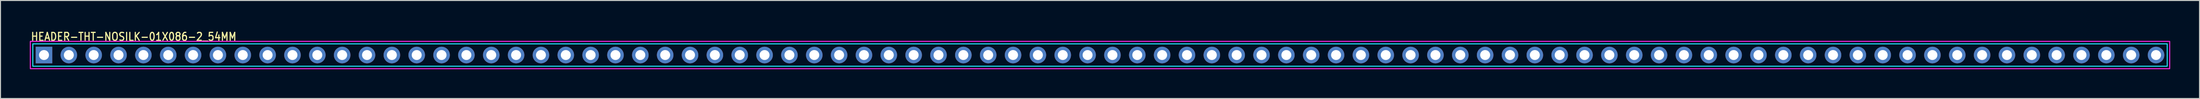
<source format=kicad_pcb>
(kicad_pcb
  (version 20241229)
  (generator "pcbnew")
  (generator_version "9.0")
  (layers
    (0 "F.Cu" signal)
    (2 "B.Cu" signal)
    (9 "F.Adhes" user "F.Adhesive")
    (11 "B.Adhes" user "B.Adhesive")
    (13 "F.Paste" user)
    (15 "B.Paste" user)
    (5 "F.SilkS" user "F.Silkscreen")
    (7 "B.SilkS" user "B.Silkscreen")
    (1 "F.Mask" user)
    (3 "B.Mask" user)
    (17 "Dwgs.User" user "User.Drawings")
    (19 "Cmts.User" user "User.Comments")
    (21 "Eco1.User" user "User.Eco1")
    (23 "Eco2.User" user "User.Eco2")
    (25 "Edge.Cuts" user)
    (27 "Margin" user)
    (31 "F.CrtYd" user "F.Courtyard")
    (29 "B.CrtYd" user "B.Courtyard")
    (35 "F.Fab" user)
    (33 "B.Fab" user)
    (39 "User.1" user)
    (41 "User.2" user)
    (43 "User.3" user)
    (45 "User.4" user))
  (footprint "HEADER-THT-NOSILK-01X086-2_54MM"
    (layer "F.Cu")
    (at 1.447 2.579)
    (property "Reference" "HEADER-THT-NOSILK-01X086-2_54MM" (at -1.4 -1.4 0) (unlocked yes) (layer "F.SilkS") (effects (font (size 0.813 0.695) (thickness 0.122)) (justify left bottom)))
    (fp_poly (pts (xy -1.143 -1.143) (xy 217.043 -1.143) (xy 217.043 1.143) (xy -1.143 1.143)) (stroke (width 0.1) (type solid)) (fill no) (layer "B.CrtYd"))
    (fp_poly (pts (xy -1.397 -1.397) (xy 217.297 -1.397) (xy 217.297 1.397) (xy -1.397 1.397)) (stroke (width 0.1) (type solid)) (fill no) (layer "F.CrtYd"))
    (pad "P$1" thru_hole rect (at 0 0) (size 1.693 1.693) (drill 1.016) (layers "*.Cu" "*.Mask"))
    (pad "P$2" thru_hole oval (at 2.54 0) (size 1.693 1.693) (drill 1.016) (layers "*.Cu" "*.Mask"))
    (pad "P$3" thru_hole oval (at 5.08 0) (size 1.693 1.693) (drill 1.016) (layers "*.Cu" "*.Mask"))
    (pad "P$4" thru_hole oval (at 7.62 0) (size 1.693 1.693) (drill 1.016) (layers "*.Cu" "*.Mask"))
    (pad "P$5" thru_hole oval (at 10.16 0) (size 1.693 1.693) (drill 1.016) (layers "*.Cu" "*.Mask"))
    (pad "P$6" thru_hole oval (at 12.7 0) (size 1.693 1.693) (drill 1.016) (layers "*.Cu" "*.Mask"))
    (pad "P$7" thru_hole oval (at 15.24 0) (size 1.693 1.693) (drill 1.016) (layers "*.Cu" "*.Mask"))
    (pad "P$8" thru_hole oval (at 17.78 0) (size 1.693 1.693) (drill 1.016) (layers "*.Cu" "*.Mask"))
    (pad "P$9" thru_hole oval (at 20.32 0) (size 1.693 1.693) (drill 1.016) (layers "*.Cu" "*.Mask"))
    (pad "P$10" thru_hole oval (at 22.86 0) (size 1.693 1.693) (drill 1.016) (layers "*.Cu" "*.Mask"))
    (pad "P$11" thru_hole oval (at 25.4 0) (size 1.693 1.693) (drill 1.016) (layers "*.Cu" "*.Mask"))
    (pad "P$12" thru_hole oval (at 27.94 0) (size 1.693 1.693) (drill 1.016) (layers "*.Cu" "*.Mask"))
    (pad "P$13" thru_hole oval (at 30.48 0) (size 1.693 1.693) (drill 1.016) (layers "*.Cu" "*.Mask"))
    (pad "P$14" thru_hole oval (at 33.02 0) (size 1.693 1.693) (drill 1.016) (layers "*.Cu" "*.Mask"))
    (pad "P$15" thru_hole oval (at 35.56 0) (size 1.693 1.693) (drill 1.016) (layers "*.Cu" "*.Mask"))
    (pad "P$16" thru_hole oval (at 38.1 0) (size 1.693 1.693) (drill 1.016) (layers "*.Cu" "*.Mask"))
    (pad "P$17" thru_hole oval (at 40.64 0) (size 1.693 1.693) (drill 1.016) (layers "*.Cu" "*.Mask"))
    (pad "P$18" thru_hole oval (at 43.18 0) (size 1.693 1.693) (drill 1.016) (layers "*.Cu" "*.Mask"))
    (pad "P$19" thru_hole oval (at 45.72 0) (size 1.693 1.693) (drill 1.016) (layers "*.Cu" "*.Mask"))
    (pad "P$20" thru_hole oval (at 48.26 0) (size 1.693 1.693) (drill 1.016) (layers "*.Cu" "*.Mask"))
    (pad "P$21" thru_hole oval (at 50.8 0) (size 1.693 1.693) (drill 1.016) (layers "*.Cu" "*.Mask"))
    (pad "P$22" thru_hole oval (at 53.34 0) (size 1.693 1.693) (drill 1.016) (layers "*.Cu" "*.Mask"))
    (pad "P$23" thru_hole oval (at 55.88 0) (size 1.693 1.693) (drill 1.016) (layers "*.Cu" "*.Mask"))
    (pad "P$24" thru_hole oval (at 58.42 0) (size 1.693 1.693) (drill 1.016) (layers "*.Cu" "*.Mask"))
    (pad "P$25" thru_hole oval (at 60.96 0) (size 1.693 1.693) (drill 1.016) (layers "*.Cu" "*.Mask"))
    (pad "P$26" thru_hole oval (at 63.5 0) (size 1.693 1.693) (drill 1.016) (layers "*.Cu" "*.Mask"))
    (pad "P$27" thru_hole oval (at 66.04 0) (size 1.693 1.693) (drill 1.016) (layers "*.Cu" "*.Mask"))
    (pad "P$28" thru_hole oval (at 68.58 0) (size 1.693 1.693) (drill 1.016) (layers "*.Cu" "*.Mask"))
    (pad "P$29" thru_hole oval (at 71.12 0) (size 1.693 1.693) (drill 1.016) (layers "*.Cu" "*.Mask"))
    (pad "P$30" thru_hole oval (at 73.66 0) (size 1.693 1.693) (drill 1.016) (layers "*.Cu" "*.Mask"))
    (pad "P$31" thru_hole oval (at 76.2 0) (size 1.693 1.693) (drill 1.016) (layers "*.Cu" "*.Mask"))
    (pad "P$32" thru_hole oval (at 78.74 0) (size 1.693 1.693) (drill 1.016) (layers "*.Cu" "*.Mask"))
    (pad "P$33" thru_hole oval (at 81.28 0) (size 1.693 1.693) (drill 1.016) (layers "*.Cu" "*.Mask"))
    (pad "P$34" thru_hole oval (at 83.82 0) (size 1.693 1.693) (drill 1.016) (layers "*.Cu" "*.Mask"))
    (pad "P$35" thru_hole oval (at 86.36 0) (size 1.693 1.693) (drill 1.016) (layers "*.Cu" "*.Mask"))
    (pad "P$36" thru_hole oval (at 88.9 0) (size 1.693 1.693) (drill 1.016) (layers "*.Cu" "*.Mask"))
    (pad "P$37" thru_hole oval (at 91.44 0) (size 1.693 1.693) (drill 1.016) (layers "*.Cu" "*.Mask"))
    (pad "P$38" thru_hole oval (at 93.98 0) (size 1.693 1.693) (drill 1.016) (layers "*.Cu" "*.Mask"))
    (pad "P$39" thru_hole oval (at 96.52 0) (size 1.693 1.693) (drill 1.016) (layers "*.Cu" "*.Mask"))
    (pad "P$40" thru_hole oval (at 99.06 0) (size 1.693 1.693) (drill 1.016) (layers "*.Cu" "*.Mask"))
    (pad "P$41" thru_hole oval (at 101.6 0) (size 1.693 1.693) (drill 1.016) (layers "*.Cu" "*.Mask"))
    (pad "P$42" thru_hole oval (at 104.14 0) (size 1.693 1.693) (drill 1.016) (layers "*.Cu" "*.Mask"))
    (pad "P$43" thru_hole oval (at 106.68 0) (size 1.693 1.693) (drill 1.016) (layers "*.Cu" "*.Mask"))
    (pad "P$44" thru_hole oval (at 109.22 0) (size 1.693 1.693) (drill 1.016) (layers "*.Cu" "*.Mask"))
    (pad "P$45" thru_hole oval (at 111.76 0) (size 1.693 1.693) (drill 1.016) (layers "*.Cu" "*.Mask"))
    (pad "P$46" thru_hole oval (at 114.3 0) (size 1.693 1.693) (drill 1.016) (layers "*.Cu" "*.Mask"))
    (pad "P$47" thru_hole oval (at 116.84 0) (size 1.693 1.693) (drill 1.016) (layers "*.Cu" "*.Mask"))
    (pad "P$48" thru_hole oval (at 119.38 0) (size 1.693 1.693) (drill 1.016) (layers "*.Cu" "*.Mask"))
    (pad "P$49" thru_hole oval (at 121.92 0) (size 1.693 1.693) (drill 1.016) (layers "*.Cu" "*.Mask"))
    (pad "P$50" thru_hole oval (at 124.46 0) (size 1.693 1.693) (drill 1.016) (layers "*.Cu" "*.Mask"))
    (pad "P$51" thru_hole oval (at 127 0) (size 1.693 1.693) (drill 1.016) (layers "*.Cu" "*.Mask"))
    (pad "P$52" thru_hole oval (at 129.54 0) (size 1.693 1.693) (drill 1.016) (layers "*.Cu" "*.Mask"))
    (pad "P$53" thru_hole oval (at 132.08 0) (size 1.693 1.693) (drill 1.016) (layers "*.Cu" "*.Mask"))
    (pad "P$54" thru_hole oval (at 134.62 0) (size 1.693 1.693) (drill 1.016) (layers "*.Cu" "*.Mask"))
    (pad "P$55" thru_hole oval (at 137.16 0) (size 1.693 1.693) (drill 1.016) (layers "*.Cu" "*.Mask"))
    (pad "P$56" thru_hole oval (at 139.7 0) (size 1.693 1.693) (drill 1.016) (layers "*.Cu" "*.Mask"))
    (pad "P$57" thru_hole oval (at 142.24 0) (size 1.693 1.693) (drill 1.016) (layers "*.Cu" "*.Mask"))
    (pad "P$58" thru_hole oval (at 144.78 0) (size 1.693 1.693) (drill 1.016) (layers "*.Cu" "*.Mask"))
    (pad "P$59" thru_hole oval (at 147.32 0) (size 1.693 1.693) (drill 1.016) (layers "*.Cu" "*.Mask"))
    (pad "P$60" thru_hole oval (at 149.86 0) (size 1.693 1.693) (drill 1.016) (layers "*.Cu" "*.Mask"))
    (pad "P$61" thru_hole oval (at 152.4 0) (size 1.693 1.693) (drill 1.016) (layers "*.Cu" "*.Mask"))
    (pad "P$62" thru_hole oval (at 154.94 0) (size 1.693 1.693) (drill 1.016) (layers "*.Cu" "*.Mask"))
    (pad "P$63" thru_hole oval (at 157.48 0) (size 1.693 1.693) (drill 1.016) (layers "*.Cu" "*.Mask"))
    (pad "P$64" thru_hole oval (at 160.02 0) (size 1.693 1.693) (drill 1.016) (layers "*.Cu" "*.Mask"))
    (pad "P$65" thru_hole oval (at 162.56 0) (size 1.693 1.693) (drill 1.016) (layers "*.Cu" "*.Mask"))
    (pad "P$66" thru_hole oval (at 165.1 0) (size 1.693 1.693) (drill 1.016) (layers "*.Cu" "*.Mask"))
    (pad "P$67" thru_hole oval (at 167.64 0) (size 1.693 1.693) (drill 1.016) (layers "*.Cu" "*.Mask"))
    (pad "P$68" thru_hole oval (at 170.18 0) (size 1.693 1.693) (drill 1.016) (layers "*.Cu" "*.Mask"))
    (pad "P$69" thru_hole oval (at 172.72 0) (size 1.693 1.693) (drill 1.016) (layers "*.Cu" "*.Mask"))
    (pad "P$70" thru_hole oval (at 175.26 0) (size 1.693 1.693) (drill 1.016) (layers "*.Cu" "*.Mask"))
    (pad "P$71" thru_hole oval (at 177.8 0) (size 1.693 1.693) (drill 1.016) (layers "*.Cu" "*.Mask"))
    (pad "P$72" thru_hole oval (at 180.34 0) (size 1.693 1.693) (drill 1.016) (layers "*.Cu" "*.Mask"))
    (pad "P$73" thru_hole oval (at 182.88 0) (size 1.693 1.693) (drill 1.016) (layers "*.Cu" "*.Mask"))
    (pad "P$74" thru_hole oval (at 185.42 0) (size 1.693 1.693) (drill 1.016) (layers "*.Cu" "*.Mask"))
    (pad "P$75" thru_hole oval (at 187.96 0) (size 1.693 1.693) (drill 1.016) (layers "*.Cu" "*.Mask"))
    (pad "P$76" thru_hole oval (at 190.5 0) (size 1.693 1.693) (drill 1.016) (layers "*.Cu" "*.Mask"))
    (pad "P$77" thru_hole oval (at 193.04 0) (size 1.693 1.693) (drill 1.016) (layers "*.Cu" "*.Mask"))
    (pad "P$78" thru_hole oval (at 195.58 0) (size 1.693 1.693) (drill 1.016) (layers "*.Cu" "*.Mask"))
    (pad "P$79" thru_hole oval (at 198.12 0) (size 1.693 1.693) (drill 1.016) (layers "*.Cu" "*.Mask"))
    (pad "P$80" thru_hole oval (at 200.66 0) (size 1.693 1.693) (drill 1.016) (layers "*.Cu" "*.Mask"))
    (pad "P$81" thru_hole oval (at 203.2 0) (size 1.693 1.693) (drill 1.016) (layers "*.Cu" "*.Mask"))
    (pad "P$82" thru_hole oval (at 205.74 0) (size 1.693 1.693) (drill 1.016) (layers "*.Cu" "*.Mask"))
    (pad "P$83" thru_hole oval (at 208.28 0) (size 1.693 1.693) (drill 1.016) (layers "*.Cu" "*.Mask"))
    (pad "P$84" thru_hole oval (at 210.82 0) (size 1.693 1.693) (drill 1.016) (layers "*.Cu" "*.Mask"))
    (pad "P$85" thru_hole oval (at 213.36 0) (size 1.693 1.693) (drill 1.016) (layers "*.Cu" "*.Mask"))
    (pad "P$86" thru_hole oval (at 215.9 0) (size 1.693 1.693) (drill 1.016) (layers "*.Cu" "*.Mask")))
  (gr_rect
    (start -3 -3)
    (end 221.794 7.026)
    (stroke (width 0.1) (type default))
    (fill no)
    (layer "Edge.Cuts")))
</source>
